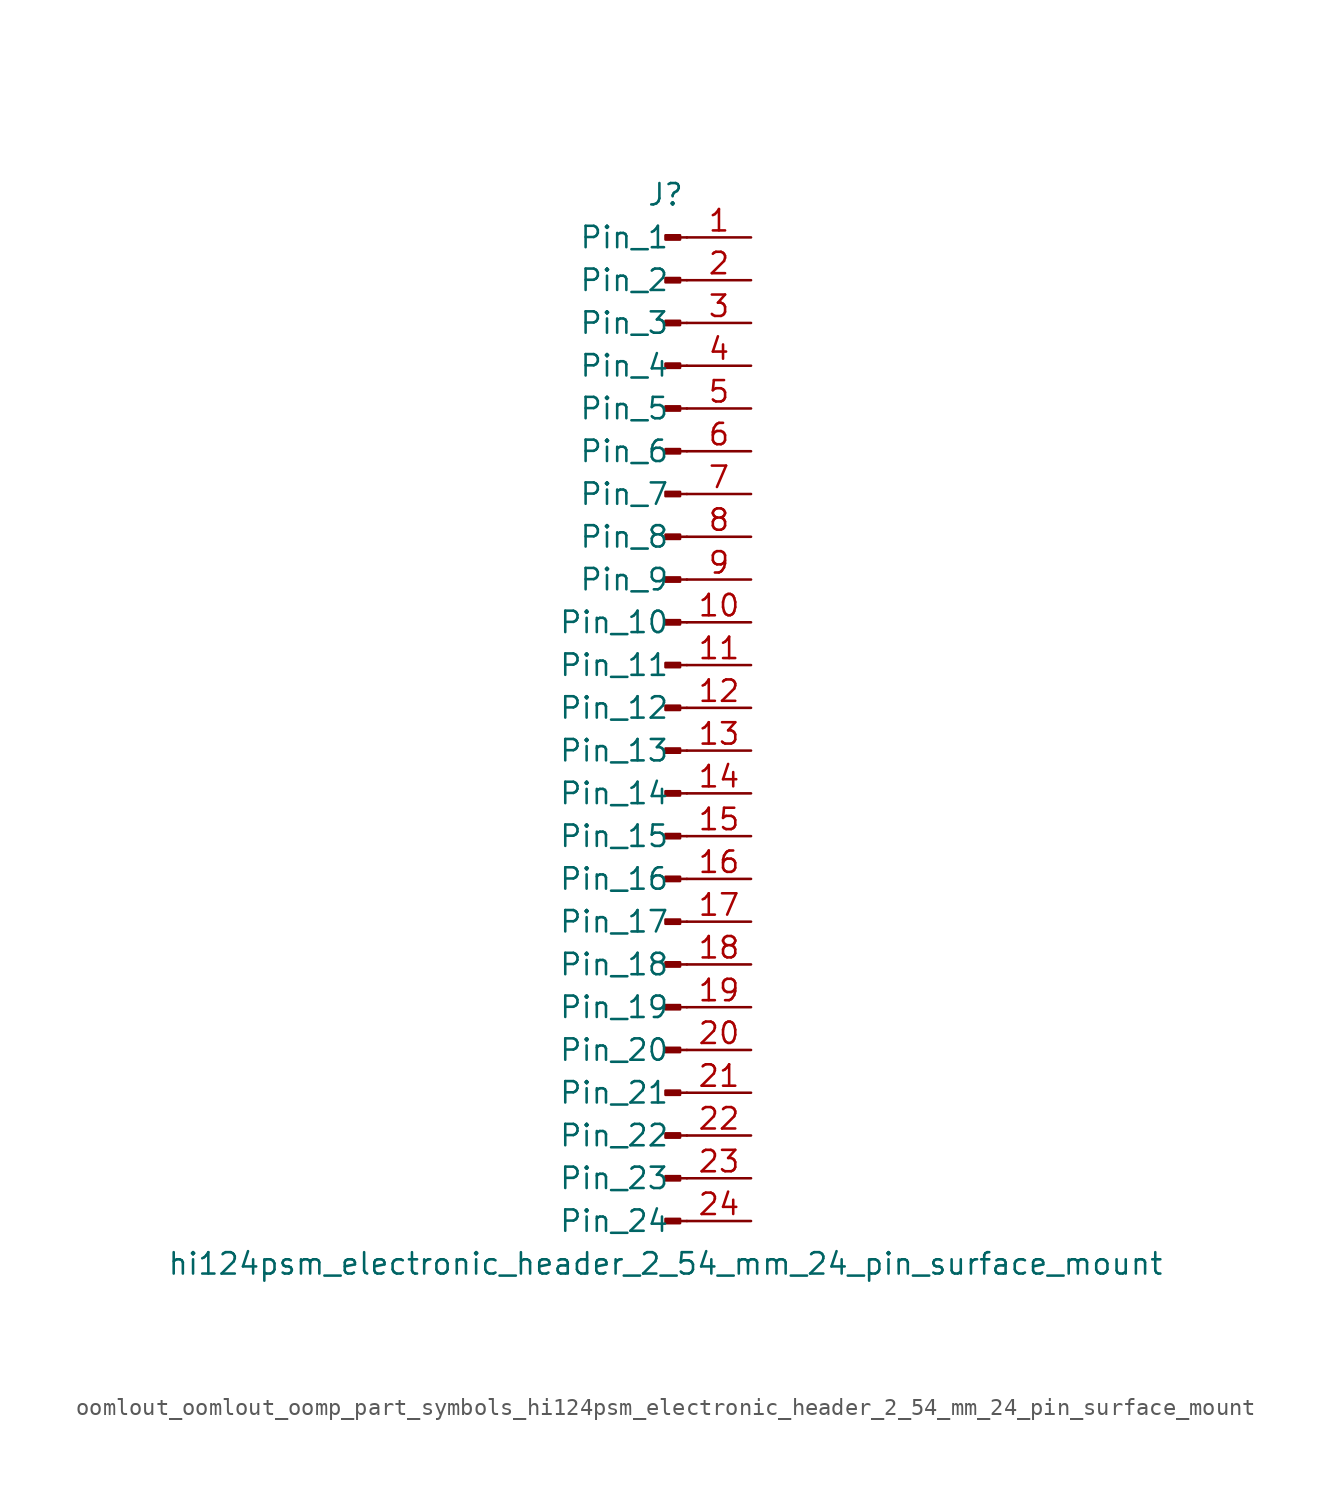
<source format=kicad_sym>
(kicad_symbol_lib
  (version 20220914)
  (generator kicad_symbol_editor)
  (symbol "oomlout_oomlout_oomp_part_symbols_hi124psm_electronic_header_2_54_mm_24_pin_surface_mount"
    (pin_names
      (offset 1.016))
    (property "Reference" "J"
      (at 0 30.48 0)
      (effects (font (size 1.27 1.27))))
    (property "Value" "hi124psm_electronic_header_2_54_mm_24_pin_surface_mount"
      (at 0 -33.02 0)
      (effects (font (size 1.27 1.27))))
    (property "ki_locked" ""
      (at 0 0 0)
      (effects (font (size 1.27 1.27))))
    (symbol "oomlout_oomlout_oomp_part_symbols_hi124psm_electronic_header_2_54_mm_24_pin_surface_mount_1_1"
      (polyline (pts (xy 1.27 -30.48) (xy 0.864 -30.48)) (stroke (width 0.152) (type default)) (fill (type none)))
      (polyline (pts (xy 1.27 -27.94) (xy 0.864 -27.94)) (stroke (width 0.152) (type default)) (fill (type none)))
      (polyline (pts (xy 1.27 -25.4) (xy 0.864 -25.4)) (stroke (width 0.152) (type default)) (fill (type none)))
      (polyline (pts (xy 1.27 -22.86) (xy 0.864 -22.86)) (stroke (width 0.152) (type default)) (fill (type none)))
      (polyline (pts (xy 1.27 -20.32) (xy 0.864 -20.32)) (stroke (width 0.152) (type default)) (fill (type none)))
      (polyline (pts (xy 1.27 -17.78) (xy 0.864 -17.78)) (stroke (width 0.152) (type default)) (fill (type none)))
      (polyline (pts (xy 1.27 -15.24) (xy 0.864 -15.24)) (stroke (width 0.152) (type default)) (fill (type none)))
      (polyline (pts (xy 1.27 -12.7) (xy 0.864 -12.7)) (stroke (width 0.152) (type default)) (fill (type none)))
      (polyline (pts (xy 1.27 -10.16) (xy 0.864 -10.16)) (stroke (width 0.152) (type default)) (fill (type none)))
      (polyline (pts (xy 1.27 -7.62) (xy 0.864 -7.62)) (stroke (width 0.152) (type default)) (fill (type none)))
      (polyline (pts (xy 1.27 -5.08) (xy 0.864 -5.08)) (stroke (width 0.152) (type default)) (fill (type none)))
      (polyline (pts (xy 1.27 -2.54) (xy 0.864 -2.54)) (stroke (width 0.152) (type default)) (fill (type none)))
      (polyline (pts (xy 1.27 0) (xy 0.864 0)) (stroke (width 0.152) (type default)) (fill (type none)))
      (polyline (pts (xy 1.27 2.54) (xy 0.864 2.54)) (stroke (width 0.152) (type default)) (fill (type none)))
      (polyline (pts (xy 1.27 5.08) (xy 0.864 5.08)) (stroke (width 0.152) (type default)) (fill (type none)))
      (polyline (pts (xy 1.27 7.62) (xy 0.864 7.62)) (stroke (width 0.152) (type default)) (fill (type none)))
      (polyline (pts (xy 1.27 10.16) (xy 0.864 10.16)) (stroke (width 0.152) (type default)) (fill (type none)))
      (polyline (pts (xy 1.27 12.7) (xy 0.864 12.7)) (stroke (width 0.152) (type default)) (fill (type none)))
      (polyline (pts (xy 1.27 15.24) (xy 0.864 15.24)) (stroke (width 0.152) (type default)) (fill (type none)))
      (polyline (pts (xy 1.27 17.78) (xy 0.864 17.78)) (stroke (width 0.152) (type default)) (fill (type none)))
      (polyline (pts (xy 1.27 20.32) (xy 0.864 20.32)) (stroke (width 0.152) (type default)) (fill (type none)))
      (polyline (pts (xy 1.27 22.86) (xy 0.864 22.86)) (stroke (width 0.152) (type default)) (fill (type none)))
      (polyline (pts (xy 1.27 25.4) (xy 0.864 25.4)) (stroke (width 0.152) (type default)) (fill (type none)))
      (polyline (pts (xy 1.27 27.94) (xy 0.864 27.94)) (stroke (width 0.152) (type default)) (fill (type none)))
      (rectangle (start 0.864 -30.353) (end 0 -30.607) (stroke (width 0.152) (type default)) (fill (type outline)))
      (rectangle (start 0.864 -27.813) (end 0 -28.067) (stroke (width 0.152) (type default)) (fill (type outline)))
      (rectangle (start 0.864 -25.273) (end 0 -25.527) (stroke (width 0.152) (type default)) (fill (type outline)))
      (rectangle (start 0.864 -22.733) (end 0 -22.987) (stroke (width 0.152) (type default)) (fill (type outline)))
      (rectangle (start 0.864 -20.193) (end 0 -20.447) (stroke (width 0.152) (type default)) (fill (type outline)))
      (rectangle (start 0.864 -17.653) (end 0 -17.907) (stroke (width 0.152) (type default)) (fill (type outline)))
      (rectangle (start 0.864 -15.113) (end 0 -15.367) (stroke (width 0.152) (type default)) (fill (type outline)))
      (rectangle (start 0.864 -12.573) (end 0 -12.827) (stroke (width 0.152) (type default)) (fill (type outline)))
      (rectangle (start 0.864 -10.033) (end 0 -10.287) (stroke (width 0.152) (type default)) (fill (type outline)))
      (rectangle (start 0.864 -7.493) (end 0 -7.747) (stroke (width 0.152) (type default)) (fill (type outline)))
      (rectangle (start 0.864 -4.953) (end 0 -5.207) (stroke (width 0.152) (type default)) (fill (type outline)))
      (rectangle (start 0.864 -2.413) (end 0 -2.667) (stroke (width 0.152) (type default)) (fill (type outline)))
      (rectangle (start 0.864 0.127) (end 0 -0.127) (stroke (width 0.152) (type default)) (fill (type outline)))
      (rectangle (start 0.864 2.667) (end 0 2.413) (stroke (width 0.152) (type default)) (fill (type outline)))
      (rectangle (start 0.864 5.207) (end 0 4.953) (stroke (width 0.152) (type default)) (fill (type outline)))
      (rectangle (start 0.864 7.747) (end 0 7.493) (stroke (width 0.152) (type default)) (fill (type outline)))
      (rectangle (start 0.864 10.287) (end 0 10.033) (stroke (width 0.152) (type default)) (fill (type outline)))
      (rectangle (start 0.864 12.827) (end 0 12.573) (stroke (width 0.152) (type default)) (fill (type outline)))
      (rectangle (start 0.864 15.367) (end 0 15.113) (stroke (width 0.152) (type default)) (fill (type outline)))
      (rectangle (start 0.864 17.907) (end 0 17.653) (stroke (width 0.152) (type default)) (fill (type outline)))
      (rectangle (start 0.864 20.447) (end 0 20.193) (stroke (width 0.152) (type default)) (fill (type outline)))
      (rectangle (start 0.864 22.987) (end 0 22.733) (stroke (width 0.152) (type default)) (fill (type outline)))
      (rectangle (start 0.864 25.527) (end 0 25.273) (stroke (width 0.152) (type default)) (fill (type outline)))
      (rectangle (start 0.864 28.067) (end 0 27.813) (stroke (width 0.152) (type default)) (fill (type outline)))
      (pin passive line (at 5.08 27.94 180) (length 3.81) (name "Pin_1" (effects (font (size 1.27 1.27)))) (number "1" (effects (font (size 1.27 1.27)))))
      (pin passive line (at 5.08 5.08 180) (length 3.81) (name "Pin_10" (effects (font (size 1.27 1.27)))) (number "10" (effects (font (size 1.27 1.27)))))
      (pin passive line (at 5.08 2.54 180) (length 3.81) (name "Pin_11" (effects (font (size 1.27 1.27)))) (number "11" (effects (font (size 1.27 1.27)))))
      (pin passive line (at 5.08 0 180) (length 3.81) (name "Pin_12" (effects (font (size 1.27 1.27)))) (number "12" (effects (font (size 1.27 1.27)))))
      (pin passive line (at 5.08 -2.54 180) (length 3.81) (name "Pin_13" (effects (font (size 1.27 1.27)))) (number "13" (effects (font (size 1.27 1.27)))))
      (pin passive line (at 5.08 -5.08 180) (length 3.81) (name "Pin_14" (effects (font (size 1.27 1.27)))) (number "14" (effects (font (size 1.27 1.27)))))
      (pin passive line (at 5.08 -7.62 180) (length 3.81) (name "Pin_15" (effects (font (size 1.27 1.27)))) (number "15" (effects (font (size 1.27 1.27)))))
      (pin passive line (at 5.08 -10.16 180) (length 3.81) (name "Pin_16" (effects (font (size 1.27 1.27)))) (number "16" (effects (font (size 1.27 1.27)))))
      (pin passive line (at 5.08 -12.7 180) (length 3.81) (name "Pin_17" (effects (font (size 1.27 1.27)))) (number "17" (effects (font (size 1.27 1.27)))))
      (pin passive line (at 5.08 -15.24 180) (length 3.81) (name "Pin_18" (effects (font (size 1.27 1.27)))) (number "18" (effects (font (size 1.27 1.27)))))
      (pin passive line (at 5.08 -17.78 180) (length 3.81) (name "Pin_19" (effects (font (size 1.27 1.27)))) (number "19" (effects (font (size 1.27 1.27)))))
      (pin passive line (at 5.08 25.4 180) (length 3.81) (name "Pin_2" (effects (font (size 1.27 1.27)))) (number "2" (effects (font (size 1.27 1.27)))))
      (pin passive line (at 5.08 -20.32 180) (length 3.81) (name "Pin_20" (effects (font (size 1.27 1.27)))) (number "20" (effects (font (size 1.27 1.27)))))
      (pin passive line (at 5.08 -22.86 180) (length 3.81) (name "Pin_21" (effects (font (size 1.27 1.27)))) (number "21" (effects (font (size 1.27 1.27)))))
      (pin passive line (at 5.08 -25.4 180) (length 3.81) (name "Pin_22" (effects (font (size 1.27 1.27)))) (number "22" (effects (font (size 1.27 1.27)))))
      (pin passive line (at 5.08 -27.94 180) (length 3.81) (name "Pin_23" (effects (font (size 1.27 1.27)))) (number "23" (effects (font (size 1.27 1.27)))))
      (pin passive line (at 5.08 -30.48 180) (length 3.81) (name "Pin_24" (effects (font (size 1.27 1.27)))) (number "24" (effects (font (size 1.27 1.27)))))
      (pin passive line (at 5.08 22.86 180) (length 3.81) (name "Pin_3" (effects (font (size 1.27 1.27)))) (number "3" (effects (font (size 1.27 1.27)))))
      (pin passive line (at 5.08 20.32 180) (length 3.81) (name "Pin_4" (effects (font (size 1.27 1.27)))) (number "4" (effects (font (size 1.27 1.27)))))
      (pin passive line (at 5.08 17.78 180) (length 3.81) (name "Pin_5" (effects (font (size 1.27 1.27)))) (number "5" (effects (font (size 1.27 1.27)))))
      (pin passive line (at 5.08 15.24 180) (length 3.81) (name "Pin_6" (effects (font (size 1.27 1.27)))) (number "6" (effects (font (size 1.27 1.27)))))
      (pin passive line (at 5.08 12.7 180) (length 3.81) (name "Pin_7" (effects (font (size 1.27 1.27)))) (number "7" (effects (font (size 1.27 1.27)))))
      (pin passive line (at 5.08 10.16 180) (length 3.81) (name "Pin_8" (effects (font (size 1.27 1.27)))) (number "8" (effects (font (size 1.27 1.27)))))
      (pin passive line (at 5.08 7.62 180) (length 3.81) (name "Pin_9" (effects (font (size 1.27 1.27)))) (number "9" (effects (font (size 1.27 1.27))))))))
</source>
